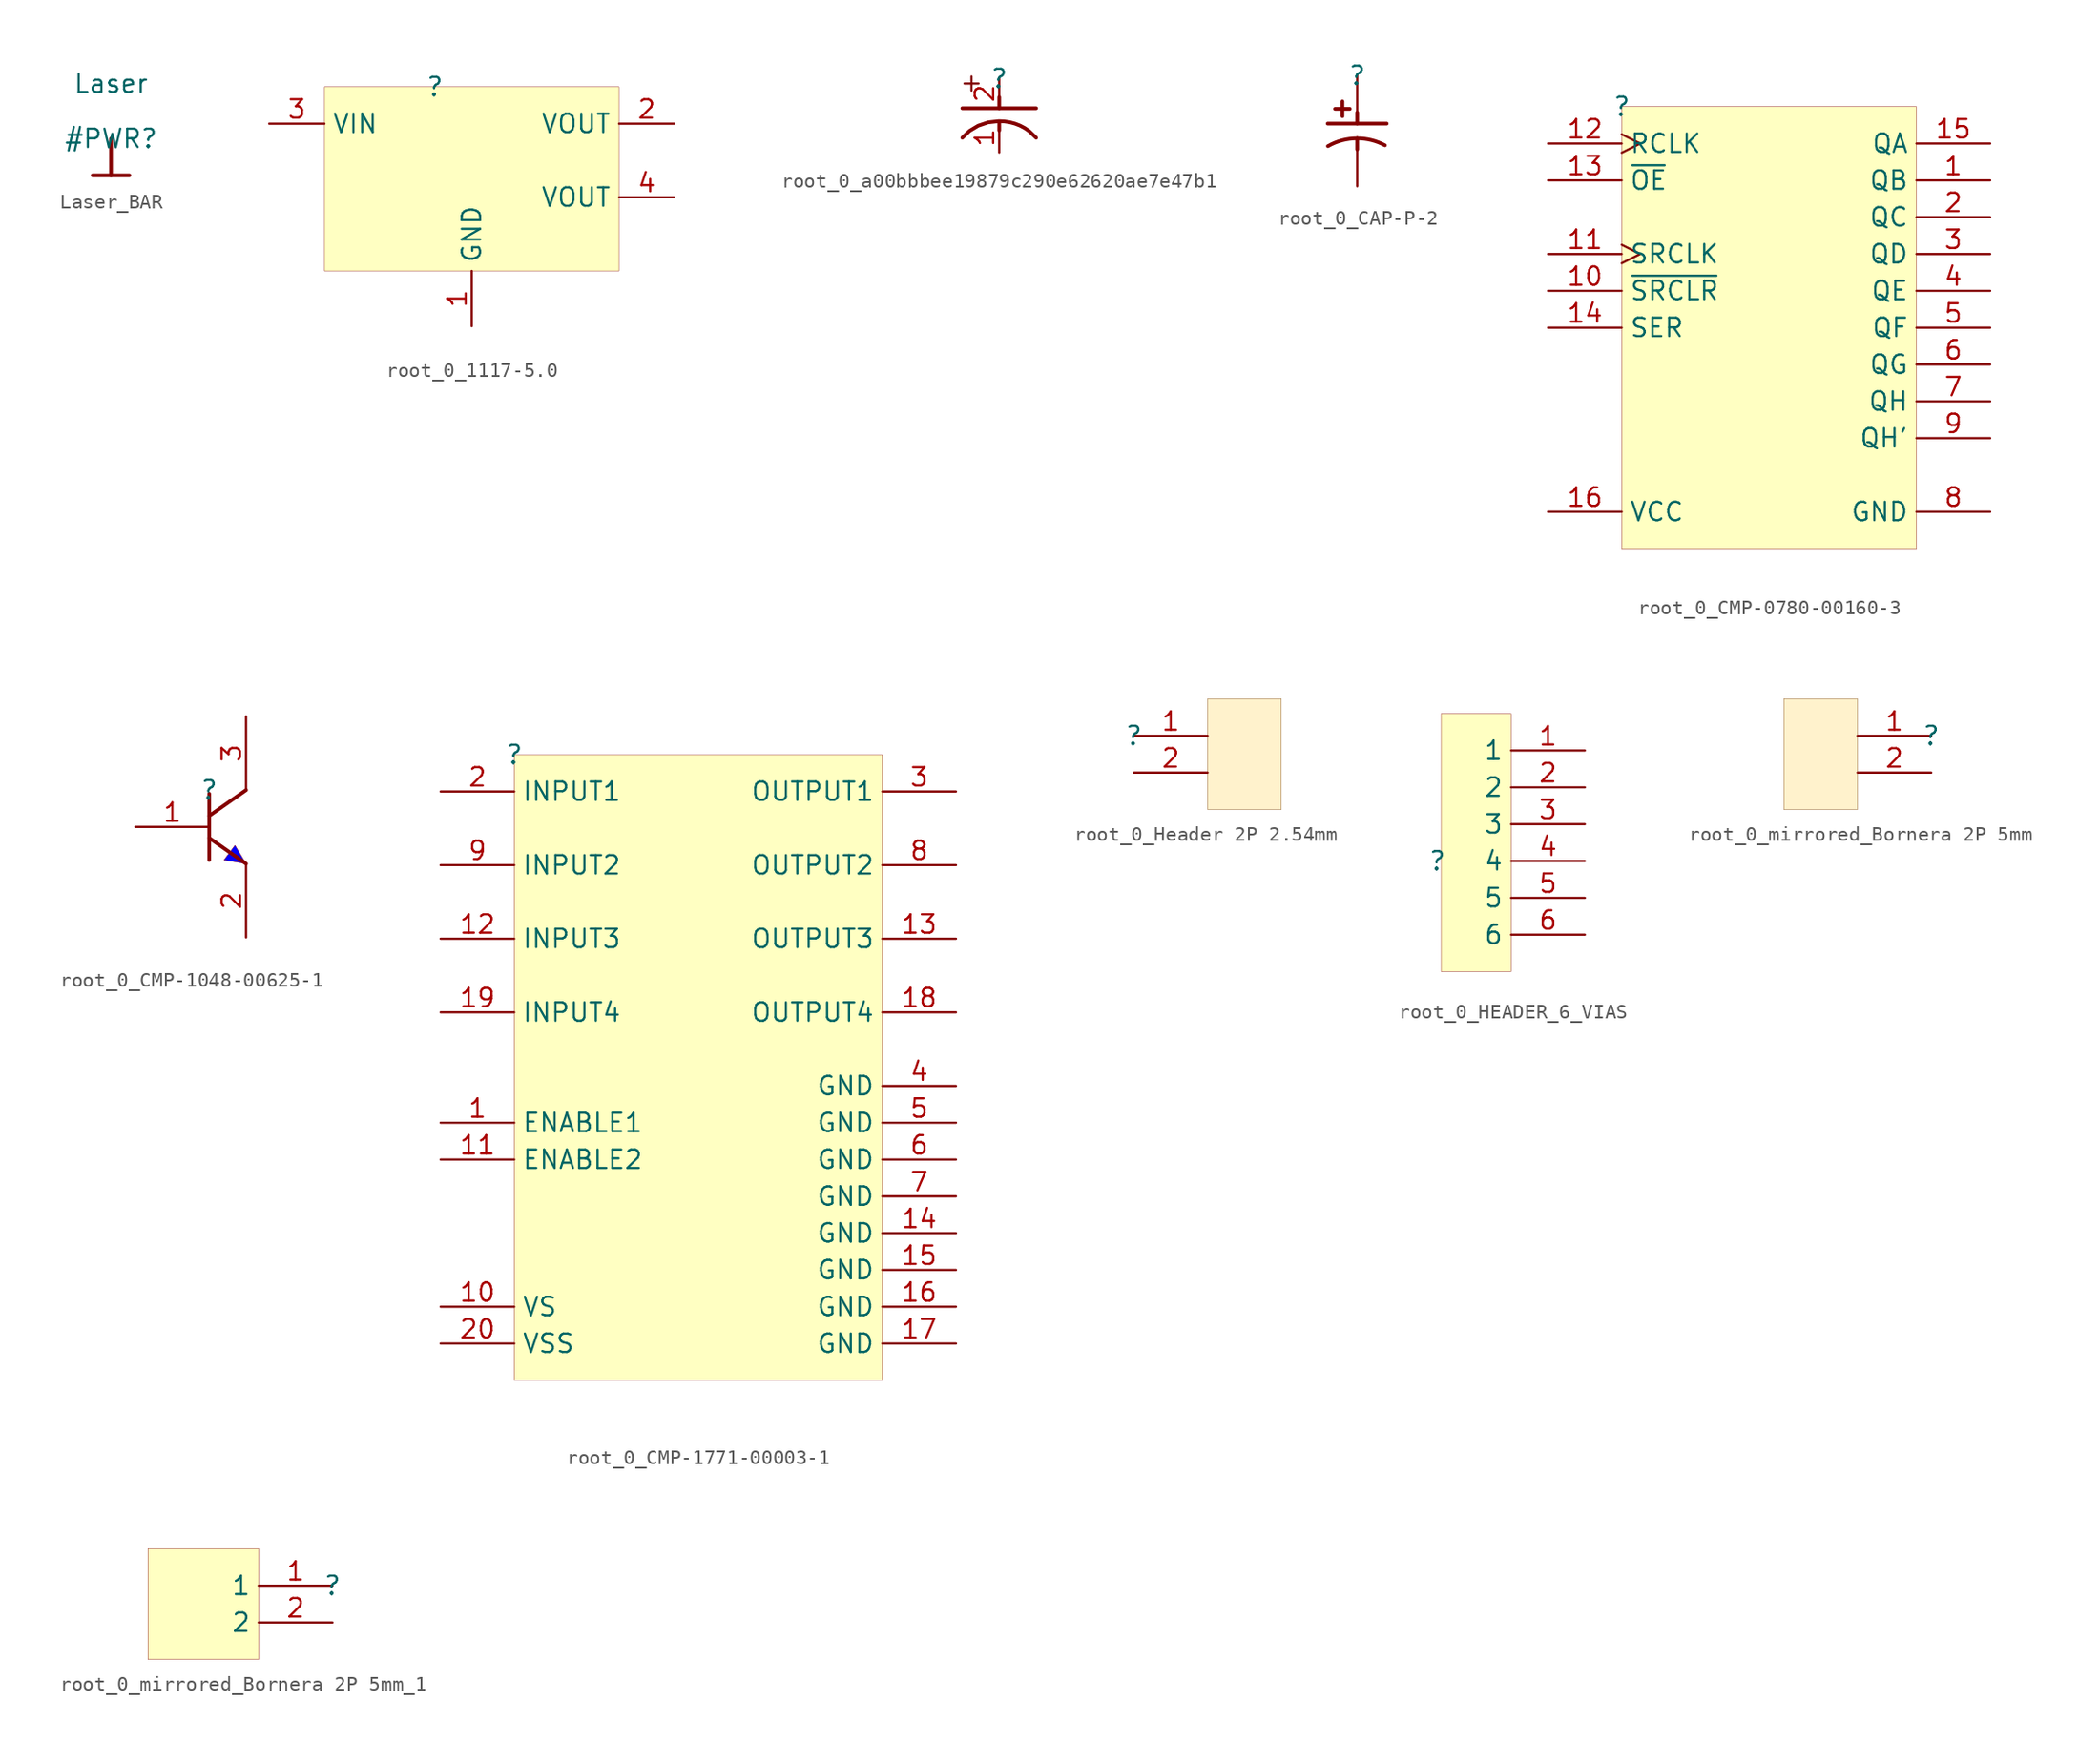
<source format=kicad_sym>
(kicad_symbol_lib
  (version 20231120)
  (generator "kicad_symbol_editor")
  (generator_version "8.0")
  (symbol "Laser_BAR"
    (power)
    (property "Reference" "#PWR"
      (at 0 0 0)
      (effects (font (size 1.27 1.27))))
    (property "Value" "Laser"
      (at 0 3.81 0)
      (effects (font (size 1.27 1.27))))
    (symbol "Laser_BAR_0_0"
      (polyline (pts (xy -1.27 -2.54) (xy 1.27 -2.54)) (stroke (width 0.254) (type solid)) (fill (type none)))
      (polyline (pts (xy 0 0) (xy 0 -2.54)) (stroke (width 0.254) (type solid)) (fill (type none)))
      (pin power_in line (at 0 0 0) (length 0) hide (name "Laser" (effects (font (size 1.27 1.27)))) (number "" (effects (font (size 1.27 1.27)))))))
  (symbol "root_0_1117-5.0"
    (property "Reference" ""
      (at 0 0 0)
      (effects (font (size 1.27 1.27))))
    (property "Value" ""
      (at 0 0 0)
      (effects (font (size 1.27 1.27))))
    (symbol "root_0_1117-5.0_1_0"
      (rectangle (start 12.7 0) (end -7.62 -12.7) (stroke (width 0.025) (type solid) (color 128 0 0 1)) (fill (type background)))
      (pin passive line (at 2.54 -16.51 90) (length 3.81) (name "GND" (effects (font (size 1.27 1.27)))) (number "1" (effects (font (size 1.27 1.27)))))
      (pin passive line (at 16.51 -2.54 180) (length 3.81) (name "VOUT" (effects (font (size 1.27 1.27)))) (number "2" (effects (font (size 1.27 1.27)))))
      (pin passive line (at -11.43 -2.54 0) (length 3.81) (name "VIN" (effects (font (size 1.27 1.27)))) (number "3" (effects (font (size 1.27 1.27)))))
      (pin passive line (at 16.51 -7.62 180) (length 3.81) (name "VOUT" (effects (font (size 1.27 1.27)))) (number "4" (effects (font (size 1.27 1.27)))))))
  (symbol "root_0_a00bbbee19879c290e62620ae7e47b1"
    (property "Reference" ""
      (at 0 0 0)
      (effects (font (size 1.27 1.27))))
    (property "Value" ""
      (at 0 0 0)
      (effects (font (size 1.27 1.27))))
    (symbol "root_0_a00bbbee19879c290e62620ae7e47b1_1_0"
      (bezier (pts (xy -2.54 -4.064) (xy -1.27 -2.54) (xy 1.27 -2.54) (xy 2.54 -4.064)) (stroke (width 0.254) (type solid)) (fill (type none)))
      (polyline (pts (xy -2.54 -2.032) (xy 2.54 -2.032)) (stroke (width 0.254) (type solid)) (fill (type none)))
      (polyline (pts (xy 0 -3.048) (xy 0 -3.556)) (stroke (width 0.254) (type solid)) (fill (type none)))
      (polyline (pts (xy 0 -2.032) (xy 0 -1.27)) (stroke (width 0.254) (type solid)) (fill (type none)))
      (text "+" (at -2.794 0.508 0) (effects (font (size 1.27 1.27)) (justify left top)))
      (pin passive line (at 0 -5.08 90) (length 2.032) (name "C" (effects (font (size 0 0)))) (number "1" (effects (font (size 1.27 1.27)))))
      (pin passive line (at 0 0 270) (length 2.032) (name "A" (effects (font (size 0 0)))) (number "2" (effects (font (size 1.27 1.27)))))))
  (symbol "root_0_CAP-P-2"
    (property "Reference" ""
      (at 0 0 0)
      (effects (font (size 1.27 1.27))))
    (property "Value" ""
      (at 0 0 0)
      (effects (font (size 1.27 1.27))))
    (symbol "root_0_CAP-P-2_1_0"
      (arc (start 0 -4.318) (mid -1.0431 -4.4541) (end -2.0163 -4.8535) (stroke (width 0.254) (type solid)) (fill (type none)))
      (polyline (pts (xy -2.032 -3.302) (xy 2.032 -3.302)) (stroke (width 0.254) (type solid)) (fill (type none)))
      (polyline (pts (xy -1.524 -2.286) (xy -0.508 -2.286)) (stroke (width 0.254) (type solid)) (fill (type none)))
      (polyline (pts (xy -1.016 -1.778) (xy -1.016 -2.794)) (stroke (width 0.254) (type solid)) (fill (type none)))
      (polyline (pts (xy 0 -4.318) (xy 0 -5.08)) (stroke (width 0.254) (type solid)) (fill (type none)))
      (polyline (pts (xy 0 -2.54) (xy 0 -3.302)) (stroke (width 0.254) (type solid)) (fill (type none)))
      (arc (start 1.9124 -4.7961) (mid 0.9856 -4.4393) (end 0 -4.318) (stroke (width 0.254) (type solid)) (fill (type none)))
      (pin passive line (at 0 0 270) (length 2.54) (name "1" (effects (font (size 0 0)))) (number "1" (effects (font (size 0 0)))))
      (pin passive line (at 0 -7.62 90) (length 2.54) (name "2" (effects (font (size 0 0)))) (number "2" (effects (font (size 0 0)))))))
  (symbol "root_0_CMP-0780-00160-3"
    (property "Reference" ""
      (at 0 0 0)
      (effects (font (size 1.27 1.27))))
    (property "Value" ""
      (at 0 0 0)
      (effects (font (size 1.27 1.27))))
    (symbol "root_0_CMP-0780-00160-3_1_0"
      (rectangle (start 20.32 0) (end 0 -30.48) (stroke (width 0.025) (type solid) (color 128 0 0 1)) (fill (type background)))
      (pin tri_state line (at 25.4 -5.08 180) (length 5.08) (name "QB" (effects (font (size 1.27 1.27)))) (number "1" (effects (font (size 1.27 1.27)))))
      (pin input line (at -5.08 -12.7 0) (length 5.08) (name "~{SRCLR}" (effects (font (size 1.27 1.27)))) (number "10" (effects (font (size 1.27 1.27)))))
      (pin input clock (at -5.08 -10.16 0) (length 5.08) (name "SRCLK" (effects (font (size 1.27 1.27)))) (number "11" (effects (font (size 1.27 1.27)))))
      (pin input clock (at -5.08 -2.54 0) (length 5.08) (name "RCLK" (effects (font (size 1.27 1.27)))) (number "12" (effects (font (size 1.27 1.27)))))
      (pin input line (at -5.08 -5.08 0) (length 5.08) (name "~{OE}" (effects (font (size 1.27 1.27)))) (number "13" (effects (font (size 1.27 1.27)))))
      (pin input line (at -5.08 -15.24 0) (length 5.08) (name "SER" (effects (font (size 1.27 1.27)))) (number "14" (effects (font (size 1.27 1.27)))))
      (pin tri_state line (at 25.4 -2.54 180) (length 5.08) (name "QA" (effects (font (size 1.27 1.27)))) (number "15" (effects (font (size 1.27 1.27)))))
      (pin power_in line (at -5.08 -27.94 0) (length 5.08) (name "VCC" (effects (font (size 1.27 1.27)))) (number "16" (effects (font (size 1.27 1.27)))))
      (pin tri_state line (at 25.4 -7.62 180) (length 5.08) (name "QC" (effects (font (size 1.27 1.27)))) (number "2" (effects (font (size 1.27 1.27)))))
      (pin tri_state line (at 25.4 -10.16 180) (length 5.08) (name "QD" (effects (font (size 1.27 1.27)))) (number "3" (effects (font (size 1.27 1.27)))))
      (pin tri_state line (at 25.4 -12.7 180) (length 5.08) (name "QE" (effects (font (size 1.27 1.27)))) (number "4" (effects (font (size 1.27 1.27)))))
      (pin tri_state line (at 25.4 -15.24 180) (length 5.08) (name "QF" (effects (font (size 1.27 1.27)))) (number "5" (effects (font (size 1.27 1.27)))))
      (pin tri_state line (at 25.4 -17.78 180) (length 5.08) (name "QG" (effects (font (size 1.27 1.27)))) (number "6" (effects (font (size 1.27 1.27)))))
      (pin tri_state line (at 25.4 -20.32 180) (length 5.08) (name "QH" (effects (font (size 1.27 1.27)))) (number "7" (effects (font (size 1.27 1.27)))))
      (pin power_in line (at 25.4 -27.94 180) (length 5.08) (name "GND" (effects (font (size 1.27 1.27)))) (number "8" (effects (font (size 1.27 1.27)))))
      (pin output line (at 25.4 -22.86 180) (length 5.08) (name "QH'" (effects (font (size 1.27 1.27)))) (number "9" (effects (font (size 1.27 1.27)))))))
  (symbol "root_0_CMP-1048-00625-1"
    (property "Reference" ""
      (at 0 0 0)
      (effects (font (size 1.27 1.27))))
    (property "Value" ""
      (at 0 0 0)
      (effects (font (size 1.27 1.27))))
    (symbol "root_0_CMP-1048-00625-1_1_0"
      (polyline (pts (xy 0 -3.302) (xy 2.54 -5.08)) (stroke (width 0.254) (type solid)) (fill (type none)))
      (polyline (pts (xy 0 -0.254) (xy 0 -4.826)) (stroke (width 0.254) (type solid)) (fill (type none)))
      (polyline (pts (xy 2.54 0) (xy 0 -1.778)) (stroke (width 0.254) (type solid)) (fill (type none)))
      (polyline (pts (xy 2.54 -5.08) (xy 1.778 -3.81) (xy 1.016 -4.826) (xy 2.54 -5.08)) (stroke (width 0.025) (type solid) (color 152 0 0 1)) (fill (type color) (color 0 0 255 1)))
      (pin passive line (at -5.08 -2.54 0) (length 5.08) (name "B" (effects (font (size 0 0)))) (number "1" (effects (font (size 1.27 1.27)))))
      (pin passive line (at 2.54 -10.16 90) (length 5.08) (name "E" (effects (font (size 0 0)))) (number "2" (effects (font (size 1.27 1.27)))))
      (pin passive line (at 2.54 5.08 270) (length 5.08) (name "C" (effects (font (size 0 0)))) (number "3" (effects (font (size 1.27 1.27)))))))
  (symbol "root_0_CMP-1771-00003-1"
    (property "Reference" ""
      (at 0 0 0)
      (effects (font (size 1.27 1.27))))
    (property "Value" ""
      (at 0 0 0)
      (effects (font (size 1.27 1.27))))
    (symbol "root_0_CMP-1771-00003-1_1_0"
      (rectangle (start 25.4 0) (end 0 -43.18) (stroke (width 0.025) (type solid) (color 128 0 0 1)) (fill (type background)))
      (pin input line (at -5.08 -25.4 0) (length 5.08) (name "ENABLE1" (effects (font (size 1.27 1.27)))) (number "1" (effects (font (size 1.27 1.27)))))
      (pin power_in line (at -5.08 -38.1 0) (length 5.08) (name "VS" (effects (font (size 1.27 1.27)))) (number "10" (effects (font (size 1.27 1.27)))))
      (pin input line (at -5.08 -27.94 0) (length 5.08) (name "ENABLE2" (effects (font (size 1.27 1.27)))) (number "11" (effects (font (size 1.27 1.27)))))
      (pin input line (at -5.08 -12.7 0) (length 5.08) (name "INPUT3" (effects (font (size 1.27 1.27)))) (number "12" (effects (font (size 1.27 1.27)))))
      (pin output line (at 30.48 -12.7 180) (length 5.08) (name "OUTPUT3" (effects (font (size 1.27 1.27)))) (number "13" (effects (font (size 1.27 1.27)))))
      (pin power_in line (at 30.48 -33.02 180) (length 5.08) (name "GND" (effects (font (size 1.27 1.27)))) (number "14" (effects (font (size 1.27 1.27)))))
      (pin power_in line (at 30.48 -35.56 180) (length 5.08) (name "GND" (effects (font (size 1.27 1.27)))) (number "15" (effects (font (size 1.27 1.27)))))
      (pin power_in line (at 30.48 -38.1 180) (length 5.08) (name "GND" (effects (font (size 1.27 1.27)))) (number "16" (effects (font (size 1.27 1.27)))))
      (pin power_in line (at 30.48 -40.64 180) (length 5.08) (name "GND" (effects (font (size 1.27 1.27)))) (number "17" (effects (font (size 1.27 1.27)))))
      (pin output line (at 30.48 -17.78 180) (length 5.08) (name "OUTPUT4" (effects (font (size 1.27 1.27)))) (number "18" (effects (font (size 1.27 1.27)))))
      (pin input line (at -5.08 -17.78 0) (length 5.08) (name "INPUT4" (effects (font (size 1.27 1.27)))) (number "19" (effects (font (size 1.27 1.27)))))
      (pin input line (at -5.08 -2.54 0) (length 5.08) (name "INPUT1" (effects (font (size 1.27 1.27)))) (number "2" (effects (font (size 1.27 1.27)))))
      (pin power_in line (at -5.08 -40.64 0) (length 5.08) (name "VSS" (effects (font (size 1.27 1.27)))) (number "20" (effects (font (size 1.27 1.27)))))
      (pin output line (at 30.48 -2.54 180) (length 5.08) (name "OUTPUT1" (effects (font (size 1.27 1.27)))) (number "3" (effects (font (size 1.27 1.27)))))
      (pin power_in line (at 30.48 -22.86 180) (length 5.08) (name "GND" (effects (font (size 1.27 1.27)))) (number "4" (effects (font (size 1.27 1.27)))))
      (pin power_in line (at 30.48 -25.4 180) (length 5.08) (name "GND" (effects (font (size 1.27 1.27)))) (number "5" (effects (font (size 1.27 1.27)))))
      (pin power_in line (at 30.48 -27.94 180) (length 5.08) (name "GND" (effects (font (size 1.27 1.27)))) (number "6" (effects (font (size 1.27 1.27)))))
      (pin power_in line (at 30.48 -30.48 180) (length 5.08) (name "GND" (effects (font (size 1.27 1.27)))) (number "7" (effects (font (size 1.27 1.27)))))
      (pin output line (at 30.48 -7.62 180) (length 5.08) (name "OUTPUT2" (effects (font (size 1.27 1.27)))) (number "8" (effects (font (size 1.27 1.27)))))
      (pin input line (at -5.08 -7.62 0) (length 5.08) (name "INPUT2" (effects (font (size 1.27 1.27)))) (number "9" (effects (font (size 1.27 1.27)))))))
  (symbol "root_0_Header 2P 2.54mm"
    (property "Reference" ""
      (at 0 0 0)
      (effects (font (size 1.27 1.27))))
    (property "Value" ""
      (at 0 0 0)
      (effects (font (size 1.27 1.27))))
    (symbol "root_0_Header 2P 2.54mm_1_0"
      (rectangle (start 10.16 2.54) (end 5.08 -5.08) (stroke (width 0.025) (type solid) (color 120 63 4 1)) (fill (type color) (color 255 242 204 1)))
      (pin passive line (at 0 0 0) (length 5.08) (name "1" (effects (font (size 0 0)))) (number "1" (effects (font (size 1.27 1.27)))))
      (pin passive line (at 0 -2.54 0) (length 5.08) (name "2" (effects (font (size 0 0)))) (number "2" (effects (font (size 1.27 1.27)))))))
  (symbol "root_0_HEADER_6_VIAS"
    (property "Reference" ""
      (at 0 0 0)
      (effects (font (size 1.27 1.27))))
    (property "Value" ""
      (at 0 0 0)
      (effects (font (size 1.27 1.27))))
    (symbol "root_0_HEADER_6_VIAS_1_0"
      (rectangle (start 5.08 10.16) (end 0.254 -7.62) (stroke (width 0.025) (type solid) (color 128 0 0 1)) (fill (type background)))
      (pin passive line (at 10.16 7.62 180) (length 5.08) (name "1" (effects (font (size 1.27 1.27)))) (number "1" (effects (font (size 1.27 1.27)))))
      (pin passive line (at 10.16 5.08 180) (length 5.08) (name "2" (effects (font (size 1.27 1.27)))) (number "2" (effects (font (size 1.27 1.27)))))
      (pin passive line (at 10.16 2.54 180) (length 5.08) (name "3" (effects (font (size 1.27 1.27)))) (number "3" (effects (font (size 1.27 1.27)))))
      (pin passive line (at 10.16 0 180) (length 5.08) (name "4" (effects (font (size 1.27 1.27)))) (number "4" (effects (font (size 1.27 1.27)))))
      (pin passive line (at 10.16 -2.54 180) (length 5.08) (name "5" (effects (font (size 1.27 1.27)))) (number "5" (effects (font (size 1.27 1.27)))))
      (pin passive line (at 10.16 -5.08 180) (length 5.08) (name "6" (effects (font (size 1.27 1.27)))) (number "6" (effects (font (size 1.27 1.27)))))))
  (symbol "root_0_mirrored_Bornera 2P 5mm"
    (property "Reference" ""
      (at 0 0 0)
      (effects (font (size 1.27 1.27))))
    (property "Value" ""
      (at 0 0 0)
      (effects (font (size 1.27 1.27))))
    (symbol "root_0_mirrored_Bornera 2P 5mm_1_0"
      (rectangle (start -5.08 2.54) (end -10.16 -5.08) (stroke (width 0.025) (type solid) (color 120 63 4 1)) (fill (type color) (color 255 242 204 1)))
      (pin passive line (at 0 0 180) (length 5.08) (name "1" (effects (font (size 0 0)))) (number "1" (effects (font (size 1.27 1.27)))))
      (pin passive line (at 0 -2.54 180) (length 5.08) (name "2" (effects (font (size 0 0)))) (number "2" (effects (font (size 1.27 1.27)))))))
  (symbol "root_0_mirrored_Bornera 2P 5mm_1"
    (property "Reference" ""
      (at 0 0 0)
      (effects (font (size 1.27 1.27))))
    (property "Value" ""
      (at 0 0 0)
      (effects (font (size 1.27 1.27))))
    (symbol "root_0_mirrored_Bornera 2P 5mm_1_1_0"
      (rectangle (start -5.08 2.54) (end -12.7 -5.08) (stroke (width 0.025) (type solid) (color 128 0 0 1)) (fill (type background)))
      (pin passive line (at 0 0 180) (length 5.08) (name "1" (effects (font (size 1.27 1.27)))) (number "1" (effects (font (size 1.27 1.27)))))
      (pin passive line (at 0 -2.54 180) (length 5.08) (name "2" (effects (font (size 1.27 1.27)))) (number "2" (effects (font (size 1.27 1.27))))))))
</source>
